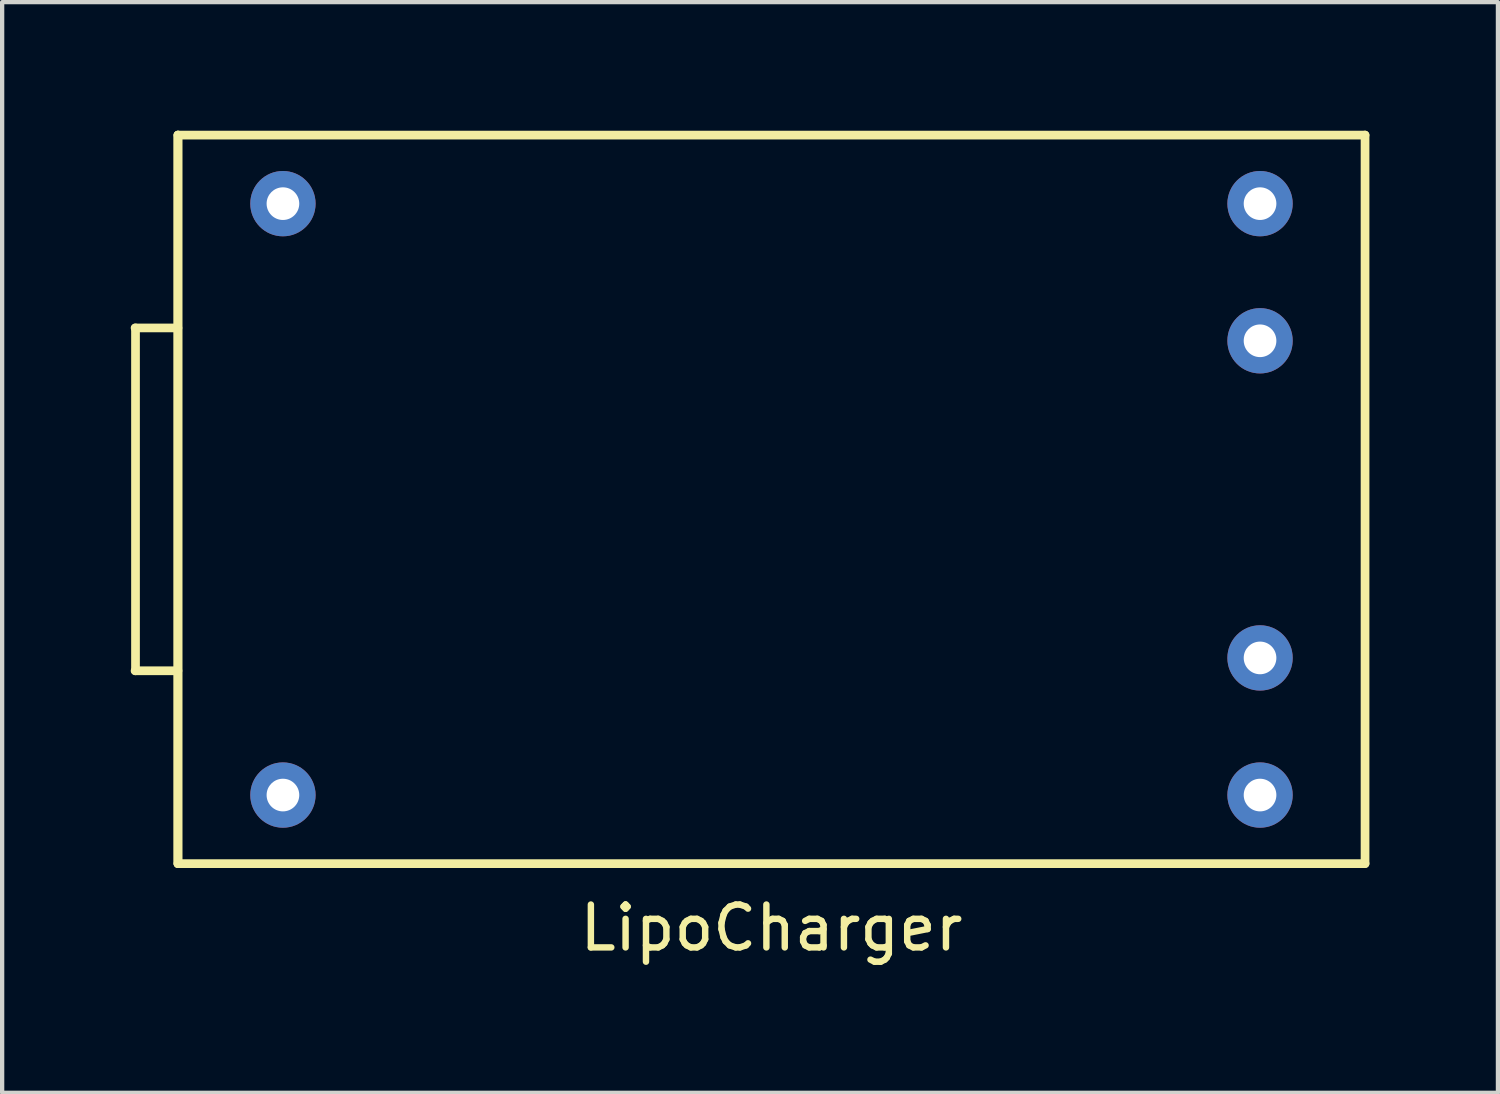
<source format=kicad_pcb>
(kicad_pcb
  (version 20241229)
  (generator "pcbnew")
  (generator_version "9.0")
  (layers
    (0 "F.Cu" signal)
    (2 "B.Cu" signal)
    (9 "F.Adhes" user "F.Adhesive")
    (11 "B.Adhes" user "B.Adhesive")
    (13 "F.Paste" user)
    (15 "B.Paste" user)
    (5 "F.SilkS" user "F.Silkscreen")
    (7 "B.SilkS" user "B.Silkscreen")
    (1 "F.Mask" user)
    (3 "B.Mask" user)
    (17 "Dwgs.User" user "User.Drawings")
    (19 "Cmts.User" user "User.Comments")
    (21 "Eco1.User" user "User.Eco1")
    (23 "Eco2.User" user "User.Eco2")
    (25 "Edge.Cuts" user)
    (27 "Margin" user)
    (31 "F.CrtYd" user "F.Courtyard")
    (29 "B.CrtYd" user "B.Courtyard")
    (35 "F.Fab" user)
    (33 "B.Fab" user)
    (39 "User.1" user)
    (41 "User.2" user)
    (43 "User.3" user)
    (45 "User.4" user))
  (footprint "LipoCharger"
    (layer "F.Cu")
    (at 14.952 8.602)
    (property "Reference" "LipoCharger" (at 0 10 0) (layer "F.SilkS") (effects (font (size 1 1) (thickness 0.15))))
    (attr through_hole)
    (fp_line (start -14.85 -4) (end -13.85 -4) (stroke (width 0.203) (type solid)) (layer "F.SilkS"))
    (fp_line (start -14.85 4) (end -13.85 4) (stroke (width 0.203) (type solid)) (layer "F.SilkS"))
    (fp_line (start -14.84 -4) (end -14.84 4) (stroke (width 0.203) (type solid)) (layer "F.SilkS"))
    (fp_line (start -13.85 -8.5) (end -13.85 8.5) (stroke (width 0.203) (type solid)) (layer "F.SilkS"))
    (fp_line (start -13.85 -8.5) (end -13.85 8.5) (stroke (width 0.203) (type solid)) (layer "F.SilkS"))
    (fp_line (start -13.85 -8.5) (end 13.85 -8.5) (stroke (width 0.203) (type solid)) (layer "F.SilkS"))
    (fp_line (start -13.85 8.5) (end 13.85 8.5) (stroke (width 0.203) (type solid)) (layer "F.SilkS"))
    (fp_line (start 13.85 -8.5) (end 13.85 8.5) (stroke (width 0.203) (type solid)) (layer "F.SilkS"))
    (pad "1" thru_hole circle (at -11.4 -6.9) (size 1.524 1.524) (drill 0.762) (layers "*.Cu" "*.Mask"))
    (pad "2" thru_hole circle (at -11.4 6.9) (size 1.524 1.524) (drill 0.762) (layers "*.Cu" "*.Mask"))
    (pad "3" thru_hole circle (at 11.4 6.9) (size 1.524 1.524) (drill 0.762) (layers "*.Cu" "*.Mask"))
    (pad "4" thru_hole circle (at 11.4 3.7) (size 1.524 1.524) (drill 0.762) (layers "*.Cu" "*.Mask"))
    (pad "5" thru_hole circle (at 11.4 -3.7) (size 1.524 1.524) (drill 0.762) (layers "*.Cu" "*.Mask"))
    (pad "6" thru_hole circle (at 11.4 -6.9) (size 1.524 1.524) (drill 0.762) (layers "*.Cu" "*.Mask")))
  (gr_rect
    (start -3 -3)
    (end 31.903 22.45)
    (stroke (width 0.1) (type default))
    (fill no)
    (layer "Edge.Cuts")))
</source>
